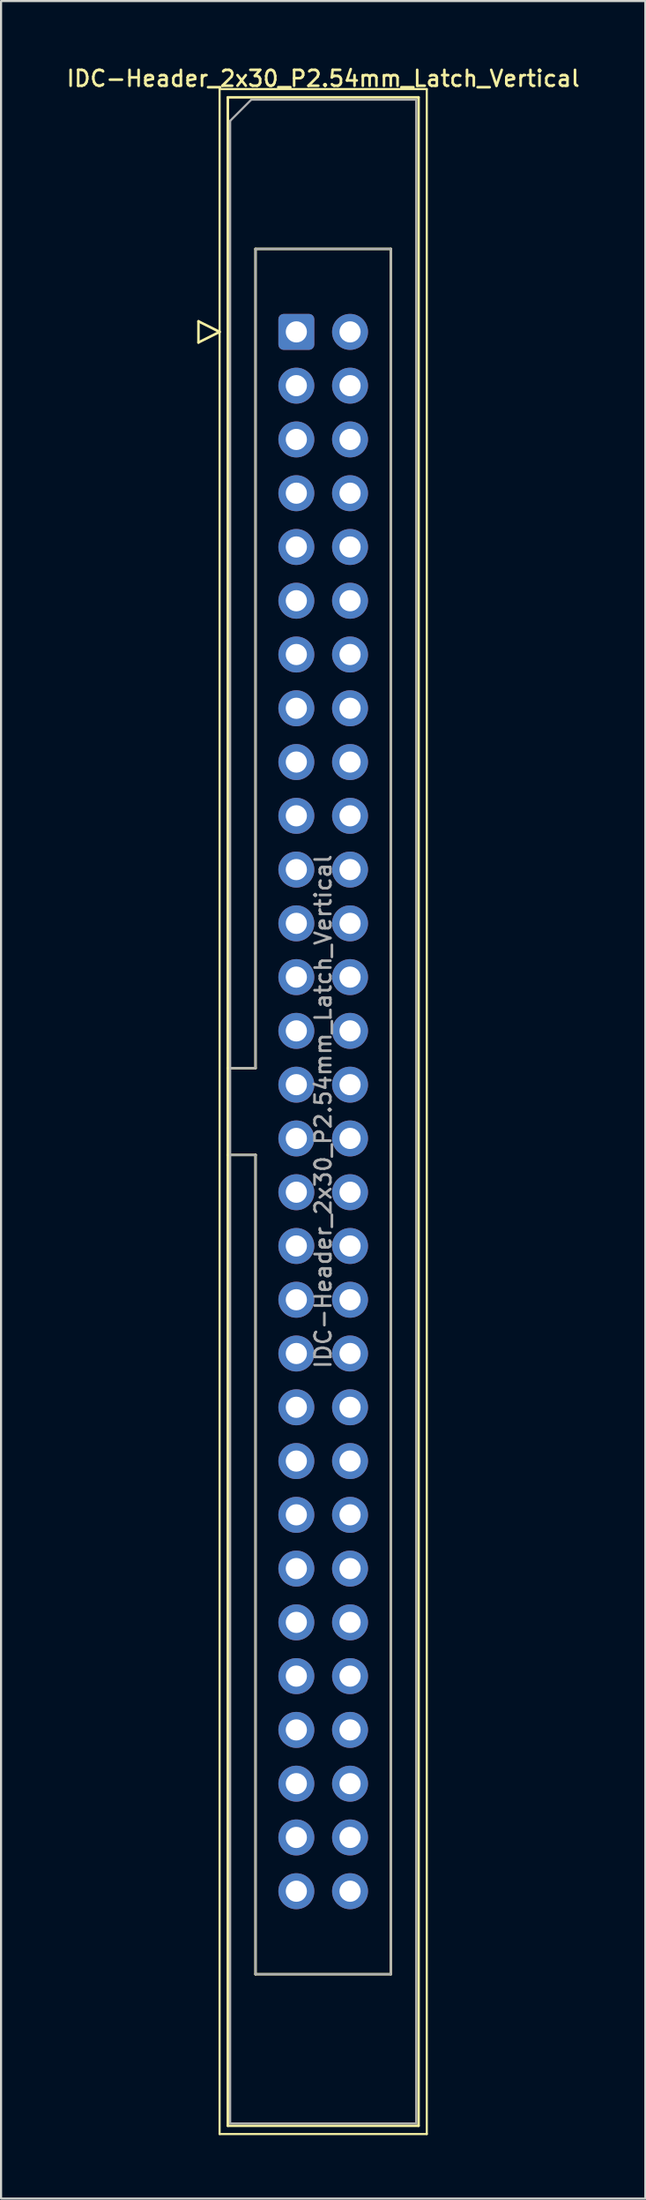
<source format=kicad_pcb>
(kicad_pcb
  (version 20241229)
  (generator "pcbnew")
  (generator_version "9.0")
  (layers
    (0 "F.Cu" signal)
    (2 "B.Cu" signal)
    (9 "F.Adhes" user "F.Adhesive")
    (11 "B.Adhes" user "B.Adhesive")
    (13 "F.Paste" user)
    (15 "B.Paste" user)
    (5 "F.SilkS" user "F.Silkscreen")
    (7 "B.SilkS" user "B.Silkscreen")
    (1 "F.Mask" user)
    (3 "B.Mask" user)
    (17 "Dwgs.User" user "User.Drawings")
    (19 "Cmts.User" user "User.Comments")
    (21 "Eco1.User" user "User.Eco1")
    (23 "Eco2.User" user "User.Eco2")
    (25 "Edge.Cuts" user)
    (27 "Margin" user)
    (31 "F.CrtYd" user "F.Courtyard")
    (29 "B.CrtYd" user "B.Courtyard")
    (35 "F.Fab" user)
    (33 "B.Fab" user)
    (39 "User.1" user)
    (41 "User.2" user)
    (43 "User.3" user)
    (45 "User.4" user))
  (footprint "IDC-Header_2x30_P2.54mm_Latch_Vertical"
    (layer "F.Cu")
    (at 10.967 12.628)
    (property "Reference" "IDC-Header_2x30_P2.54mm_Latch_Vertical" (at 1.27 -11.97 0) (layer "F.SilkS") (effects (font (size 0.75 0.75) (thickness 0.125))))
    (attr through_hole)
    (fp_line (start -4.63 -0.5) (end -4.63 0.5) (stroke (width 0.12) (type solid)) (layer "F.SilkS"))
    (fp_line (start -4.63 0.5) (end -3.63 0) (stroke (width 0.12) (type solid)) (layer "F.SilkS"))
    (fp_line (start -3.63 -11.47) (end -3.63 85.13) (stroke (width 0.1) (type solid)) (layer "F.SilkS"))
    (fp_line (start -3.63 0) (end -4.63 -0.5) (stroke (width 0.12) (type solid)) (layer "F.SilkS"))
    (fp_line (start -3.63 85.13) (end 6.17 85.13) (stroke (width 0.1) (type solid)) (layer "F.SilkS"))
    (fp_line (start -3.24 -11.08) (end 5.78 -11.08) (stroke (width 0.12) (type solid)) (layer "F.SilkS"))
    (fp_line (start -3.24 34.78) (end -1.93 34.78) (stroke (width 0.12) (type solid)) (layer "F.SilkS"))
    (fp_line (start -3.24 84.74) (end -3.24 -11.08) (stroke (width 0.12) (type solid)) (layer "F.SilkS"))
    (fp_line (start -1.93 -3.92) (end 4.47 -3.92) (stroke (width 0.12) (type solid)) (layer "F.SilkS"))
    (fp_line (start -1.93 34.78) (end -1.93 -3.92) (stroke (width 0.12) (type solid)) (layer "F.SilkS"))
    (fp_line (start -1.93 38.88) (end -3.24 38.88) (stroke (width 0.12) (type solid)) (layer "F.SilkS"))
    (fp_line (start -1.93 38.88) (end -1.93 38.88) (stroke (width 0.12) (type solid)) (layer "F.SilkS"))
    (fp_line (start -1.93 77.58) (end -1.93 38.88) (stroke (width 0.12) (type solid)) (layer "F.SilkS"))
    (fp_line (start 4.47 -3.92) (end 4.47 77.58) (stroke (width 0.12) (type solid)) (layer "F.SilkS"))
    (fp_line (start 4.47 77.58) (end -1.93 77.58) (stroke (width 0.12) (type solid)) (layer "F.SilkS"))
    (fp_line (start 5.78 -11.08) (end 5.78 84.74) (stroke (width 0.12) (type solid)) (layer "F.SilkS"))
    (fp_line (start 5.78 84.74) (end -3.24 84.74) (stroke (width 0.12) (type solid)) (layer "F.SilkS"))
    (fp_line (start 6.17 -11.47) (end -3.63 -11.47) (stroke (width 0.1) (type solid)) (layer "F.SilkS"))
    (fp_line (start 6.17 85.13) (end 6.17 -11.47) (stroke (width 0.1) (type solid)) (layer "F.SilkS"))
    (fp_line (start -3.13 -9.97) (end -2.13 -10.97) (stroke (width 0.1) (type solid)) (layer "F.Fab"))
    (fp_line (start -3.13 34.78) (end -1.93 34.78) (stroke (width 0.1) (type solid)) (layer "F.Fab"))
    (fp_line (start -3.13 84.63) (end -3.13 -9.97) (stroke (width 0.1) (type solid)) (layer "F.Fab"))
    (fp_line (start -2.13 -10.97) (end 5.67 -10.97) (stroke (width 0.1) (type solid)) (layer "F.Fab"))
    (fp_line (start -1.93 -3.92) (end 4.47 -3.92) (stroke (width 0.1) (type solid)) (layer "F.Fab"))
    (fp_line (start -1.93 34.78) (end -1.93 -3.92) (stroke (width 0.1) (type solid)) (layer "F.Fab"))
    (fp_line (start -1.93 38.88) (end -3.13 38.88) (stroke (width 0.1) (type solid)) (layer "F.Fab"))
    (fp_line (start -1.93 38.88) (end -1.93 38.88) (stroke (width 0.1) (type solid)) (layer "F.Fab"))
    (fp_line (start -1.93 77.58) (end -1.93 38.88) (stroke (width 0.1) (type solid)) (layer "F.Fab"))
    (fp_line (start 4.47 -3.92) (end 4.47 77.58) (stroke (width 0.1) (type solid)) (layer "F.Fab"))
    (fp_line (start 4.47 77.58) (end -1.93 77.58) (stroke (width 0.1) (type solid)) (layer "F.Fab"))
    (fp_line (start 5.67 -10.97) (end 5.67 84.63) (stroke (width 0.1) (type solid)) (layer "F.Fab"))
    (fp_line (start 5.67 84.63) (end -3.13 84.63) (stroke (width 0.1) (type solid)) (layer "F.Fab"))
    (fp_text user "${REFERENCE}" (at 1.27 36.83 90) (layer "F.Fab") (effects (font (size 0.75 0.75) (thickness 0.125))))
    (pad "1" thru_hole roundrect (at 0 0) (size 1.7 1.7) (drill 1) (layers "*.Cu" "*.Mask") (roundrect_rratio 0.147))
    (pad "2" thru_hole circle (at 2.54 0) (size 1.7 1.7) (drill 1) (layers "*.Cu" "*.Mask"))
    (pad "3" thru_hole circle (at 0 2.54) (size 1.7 1.7) (drill 1) (layers "*.Cu" "*.Mask"))
    (pad "4" thru_hole circle (at 2.54 2.54) (size 1.7 1.7) (drill 1) (layers "*.Cu" "*.Mask"))
    (pad "5" thru_hole circle (at 0 5.08) (size 1.7 1.7) (drill 1) (layers "*.Cu" "*.Mask"))
    (pad "6" thru_hole circle (at 2.54 5.08) (size 1.7 1.7) (drill 1) (layers "*.Cu" "*.Mask"))
    (pad "7" thru_hole circle (at 0 7.62) (size 1.7 1.7) (drill 1) (layers "*.Cu" "*.Mask"))
    (pad "8" thru_hole circle (at 2.54 7.62) (size 1.7 1.7) (drill 1) (layers "*.Cu" "*.Mask"))
    (pad "9" thru_hole circle (at 0 10.16) (size 1.7 1.7) (drill 1) (layers "*.Cu" "*.Mask"))
    (pad "10" thru_hole circle (at 2.54 10.16) (size 1.7 1.7) (drill 1) (layers "*.Cu" "*.Mask"))
    (pad "11" thru_hole circle (at 0 12.7) (size 1.7 1.7) (drill 1) (layers "*.Cu" "*.Mask"))
    (pad "12" thru_hole circle (at 2.54 12.7) (size 1.7 1.7) (drill 1) (layers "*.Cu" "*.Mask"))
    (pad "13" thru_hole circle (at 0 15.24) (size 1.7 1.7) (drill 1) (layers "*.Cu" "*.Mask"))
    (pad "14" thru_hole circle (at 2.54 15.24) (size 1.7 1.7) (drill 1) (layers "*.Cu" "*.Mask"))
    (pad "15" thru_hole circle (at 0 17.78) (size 1.7 1.7) (drill 1) (layers "*.Cu" "*.Mask"))
    (pad "16" thru_hole circle (at 2.54 17.78) (size 1.7 1.7) (drill 1) (layers "*.Cu" "*.Mask"))
    (pad "17" thru_hole circle (at 0 20.32) (size 1.7 1.7) (drill 1) (layers "*.Cu" "*.Mask"))
    (pad "18" thru_hole circle (at 2.54 20.32) (size 1.7 1.7) (drill 1) (layers "*.Cu" "*.Mask"))
    (pad "19" thru_hole circle (at 0 22.86) (size 1.7 1.7) (drill 1) (layers "*.Cu" "*.Mask"))
    (pad "20" thru_hole circle (at 2.54 22.86) (size 1.7 1.7) (drill 1) (layers "*.Cu" "*.Mask"))
    (pad "21" thru_hole circle (at 0 25.4) (size 1.7 1.7) (drill 1) (layers "*.Cu" "*.Mask"))
    (pad "22" thru_hole circle (at 2.54 25.4) (size 1.7 1.7) (drill 1) (layers "*.Cu" "*.Mask"))
    (pad "23" thru_hole circle (at 0 27.94) (size 1.7 1.7) (drill 1) (layers "*.Cu" "*.Mask"))
    (pad "24" thru_hole circle (at 2.54 27.94) (size 1.7 1.7) (drill 1) (layers "*.Cu" "*.Mask"))
    (pad "25" thru_hole circle (at 0 30.48) (size 1.7 1.7) (drill 1) (layers "*.Cu" "*.Mask"))
    (pad "26" thru_hole circle (at 2.54 30.48) (size 1.7 1.7) (drill 1) (layers "*.Cu" "*.Mask"))
    (pad "27" thru_hole circle (at 0 33.02) (size 1.7 1.7) (drill 1) (layers "*.Cu" "*.Mask"))
    (pad "28" thru_hole circle (at 2.54 33.02) (size 1.7 1.7) (drill 1) (layers "*.Cu" "*.Mask"))
    (pad "29" thru_hole circle (at 0 35.56) (size 1.7 1.7) (drill 1) (layers "*.Cu" "*.Mask"))
    (pad "30" thru_hole circle (at 2.54 35.56) (size 1.7 1.7) (drill 1) (layers "*.Cu" "*.Mask"))
    (pad "31" thru_hole circle (at 0 38.1) (size 1.7 1.7) (drill 1) (layers "*.Cu" "*.Mask"))
    (pad "32" thru_hole circle (at 2.54 38.1) (size 1.7 1.7) (drill 1) (layers "*.Cu" "*.Mask"))
    (pad "33" thru_hole circle (at 0 40.64) (size 1.7 1.7) (drill 1) (layers "*.Cu" "*.Mask"))
    (pad "34" thru_hole circle (at 2.54 40.64) (size 1.7 1.7) (drill 1) (layers "*.Cu" "*.Mask"))
    (pad "35" thru_hole circle (at 0 43.18) (size 1.7 1.7) (drill 1) (layers "*.Cu" "*.Mask"))
    (pad "36" thru_hole circle (at 2.54 43.18) (size 1.7 1.7) (drill 1) (layers "*.Cu" "*.Mask"))
    (pad "37" thru_hole circle (at 0 45.72) (size 1.7 1.7) (drill 1) (layers "*.Cu" "*.Mask"))
    (pad "38" thru_hole circle (at 2.54 45.72) (size 1.7 1.7) (drill 1) (layers "*.Cu" "*.Mask"))
    (pad "39" thru_hole circle (at 0 48.26) (size 1.7 1.7) (drill 1) (layers "*.Cu" "*.Mask"))
    (pad "40" thru_hole circle (at 2.54 48.26) (size 1.7 1.7) (drill 1) (layers "*.Cu" "*.Mask"))
    (pad "41" thru_hole circle (at 0 50.8) (size 1.7 1.7) (drill 1) (layers "*.Cu" "*.Mask"))
    (pad "42" thru_hole circle (at 2.54 50.8) (size 1.7 1.7) (drill 1) (layers "*.Cu" "*.Mask"))
    (pad "43" thru_hole circle (at 0 53.34) (size 1.7 1.7) (drill 1) (layers "*.Cu" "*.Mask"))
    (pad "44" thru_hole circle (at 2.54 53.34) (size 1.7 1.7) (drill 1) (layers "*.Cu" "*.Mask"))
    (pad "45" thru_hole circle (at 0 55.88) (size 1.7 1.7) (drill 1) (layers "*.Cu" "*.Mask"))
    (pad "46" thru_hole circle (at 2.54 55.88) (size 1.7 1.7) (drill 1) (layers "*.Cu" "*.Mask"))
    (pad "47" thru_hole circle (at 0 58.42) (size 1.7 1.7) (drill 1) (layers "*.Cu" "*.Mask"))
    (pad "48" thru_hole circle (at 2.54 58.42) (size 1.7 1.7) (drill 1) (layers "*.Cu" "*.Mask"))
    (pad "49" thru_hole circle (at 0 60.96) (size 1.7 1.7) (drill 1) (layers "*.Cu" "*.Mask"))
    (pad "50" thru_hole circle (at 2.54 60.96) (size 1.7 1.7) (drill 1) (layers "*.Cu" "*.Mask"))
    (pad "51" thru_hole circle (at 0 63.5) (size 1.7 1.7) (drill 1) (layers "*.Cu" "*.Mask"))
    (pad "52" thru_hole circle (at 2.54 63.5) (size 1.7 1.7) (drill 1) (layers "*.Cu" "*.Mask"))
    (pad "53" thru_hole circle (at 0 66.04) (size 1.7 1.7) (drill 1) (layers "*.Cu" "*.Mask"))
    (pad "54" thru_hole circle (at 2.54 66.04) (size 1.7 1.7) (drill 1) (layers "*.Cu" "*.Mask"))
    (pad "55" thru_hole circle (at 0 68.58) (size 1.7 1.7) (drill 1) (layers "*.Cu" "*.Mask"))
    (pad "56" thru_hole circle (at 2.54 68.58) (size 1.7 1.7) (drill 1) (layers "*.Cu" "*.Mask"))
    (pad "57" thru_hole circle (at 0 71.12) (size 1.7 1.7) (drill 1) (layers "*.Cu" "*.Mask"))
    (pad "58" thru_hole circle (at 2.54 71.12) (size 1.7 1.7) (drill 1) (layers "*.Cu" "*.Mask"))
    (pad "59" thru_hole circle (at 0 73.66) (size 1.7 1.7) (drill 1) (layers "*.Cu" "*.Mask"))
    (pad "60" thru_hole circle (at 2.54 73.66) (size 1.7 1.7) (drill 1) (layers "*.Cu" "*.Mask")))
  (gr_rect
    (start -3 -3)
    (end 27.475 100.808)
    (stroke (width 0.1) (type default))
    (fill no)
    (layer "Edge.Cuts")))
</source>
